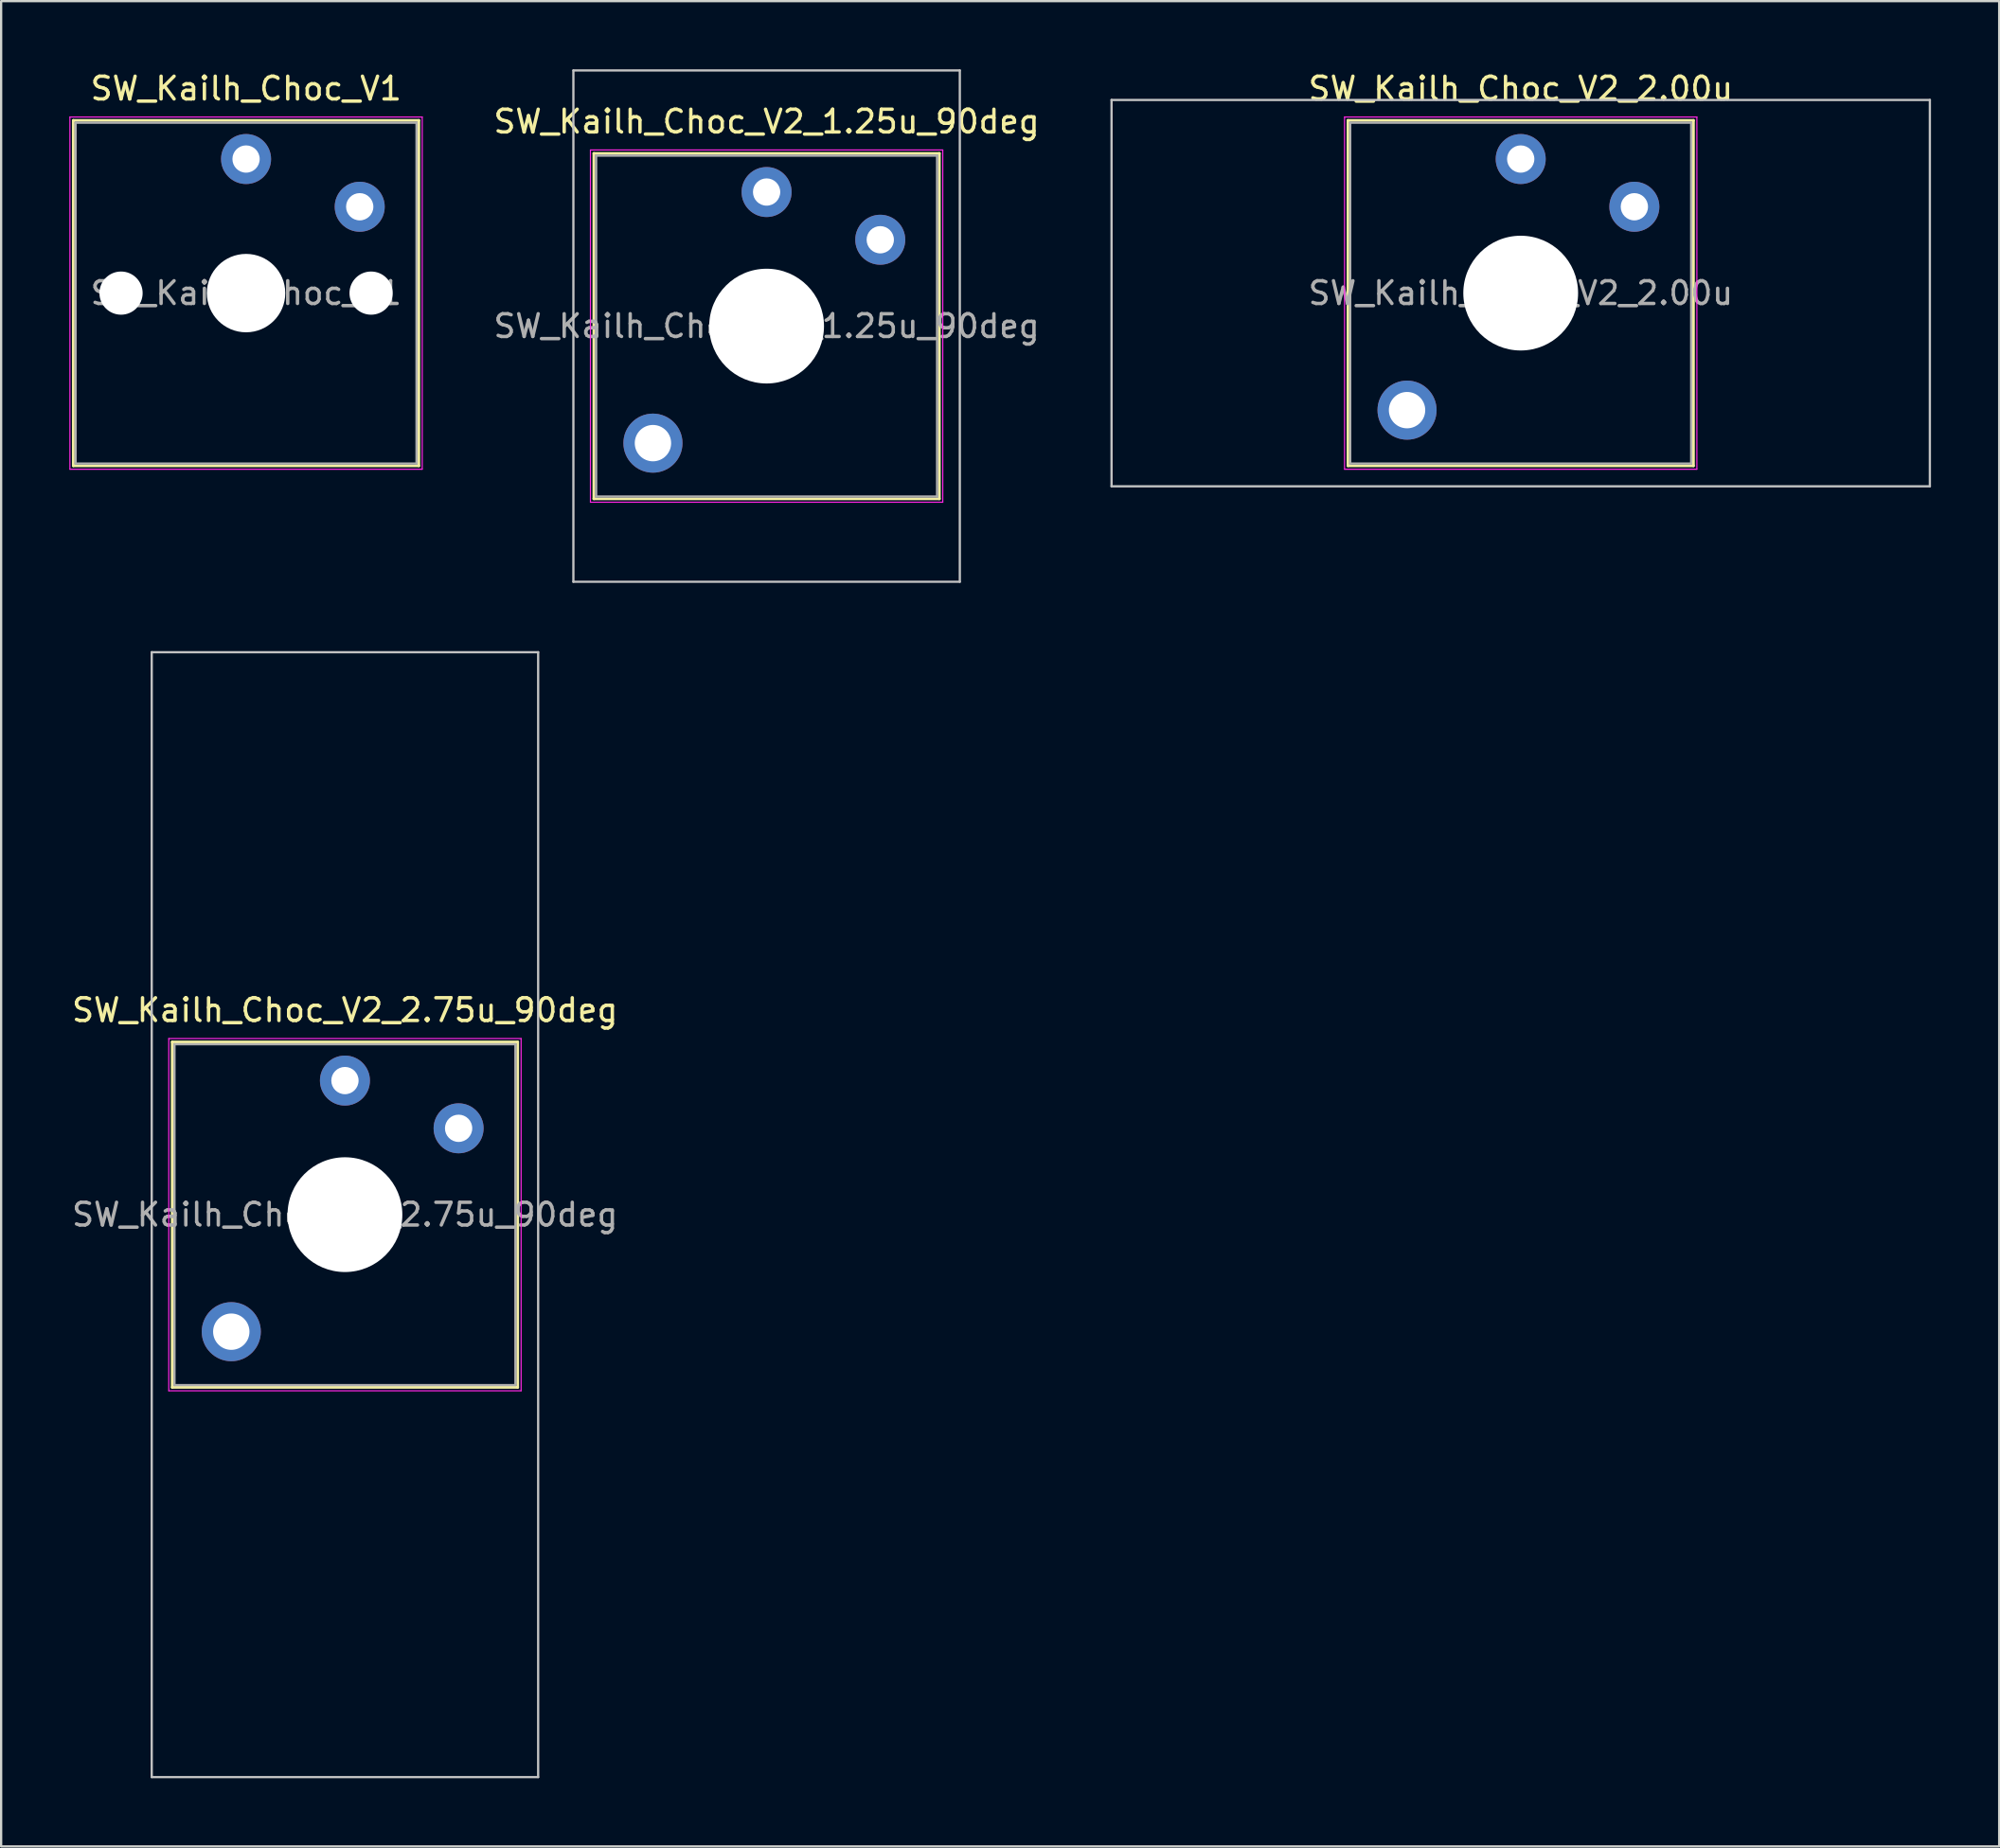
<source format=kicad_pcb>
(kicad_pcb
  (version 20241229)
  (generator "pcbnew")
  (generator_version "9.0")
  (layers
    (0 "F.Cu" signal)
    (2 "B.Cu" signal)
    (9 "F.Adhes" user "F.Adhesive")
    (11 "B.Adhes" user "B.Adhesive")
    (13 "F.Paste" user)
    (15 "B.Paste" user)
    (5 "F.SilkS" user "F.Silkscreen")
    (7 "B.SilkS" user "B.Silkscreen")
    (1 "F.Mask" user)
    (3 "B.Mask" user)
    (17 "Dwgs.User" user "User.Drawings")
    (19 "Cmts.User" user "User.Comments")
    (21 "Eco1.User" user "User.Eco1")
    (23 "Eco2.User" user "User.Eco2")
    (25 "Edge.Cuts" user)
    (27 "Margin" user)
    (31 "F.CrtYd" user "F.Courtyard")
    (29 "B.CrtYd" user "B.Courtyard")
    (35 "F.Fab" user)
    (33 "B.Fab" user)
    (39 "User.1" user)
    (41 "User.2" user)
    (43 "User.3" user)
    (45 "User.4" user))
  (footprint "SW_Kailh_Choc_V1"
    (layer "F.Cu")
    (at 7.775 9.848)
    (property "Reference" "SW_Kailh_Choc_V1" (at 0 -9 0) (layer "F.SilkS") (effects (font (size 1 1) (thickness 0.15))))
    (attr through_hole)
    (fp_line (start -7.6 -7.6) (end -7.6 7.6) (stroke (width 0.12) (type solid)) (layer "F.SilkS"))
    (fp_line (start -7.6 7.6) (end 7.6 7.6) (stroke (width 0.12) (type solid)) (layer "F.SilkS"))
    (fp_line (start 7.6 -7.6) (end -7.6 -7.6) (stroke (width 0.12) (type solid)) (layer "F.SilkS"))
    (fp_line (start 7.6 7.6) (end 7.6 -7.6) (stroke (width 0.12) (type solid)) (layer "F.SilkS"))
    (fp_line (start -7.25 -7.25) (end -7.25 7.25) (stroke (width 0.1) (type solid)) (layer "Eco1.User"))
    (fp_line (start -7.25 7.25) (end 7.25 7.25) (stroke (width 0.1) (type solid)) (layer "Eco1.User"))
    (fp_line (start 7.25 -7.25) (end -7.25 -7.25) (stroke (width 0.1) (type solid)) (layer "Eco1.User"))
    (fp_line (start 7.25 7.25) (end 7.25 -7.25) (stroke (width 0.1) (type solid)) (layer "Eco1.User"))
    (fp_line (start -7.75 -7.75) (end -7.75 7.75) (stroke (width 0.05) (type solid)) (layer "F.CrtYd"))
    (fp_line (start -7.75 7.75) (end 7.75 7.75) (stroke (width 0.05) (type solid)) (layer "F.CrtYd"))
    (fp_line (start 7.75 -7.75) (end -7.75 -7.75) (stroke (width 0.05) (type solid)) (layer "F.CrtYd"))
    (fp_line (start 7.75 7.75) (end 7.75 -7.75) (stroke (width 0.05) (type solid)) (layer "F.CrtYd"))
    (fp_line (start -7.5 -7.5) (end -7.5 7.5) (stroke (width 0.1) (type solid)) (layer "F.Fab"))
    (fp_line (start -7.5 7.5) (end 7.5 7.5) (stroke (width 0.1) (type solid)) (layer "F.Fab"))
    (fp_line (start 7.5 -7.5) (end -7.5 -7.5) (stroke (width 0.1) (type solid)) (layer "F.Fab"))
    (fp_line (start 7.5 7.5) (end 7.5 -7.5) (stroke (width 0.1) (type solid)) (layer "F.Fab"))
    (fp_text user "${REFERENCE}" (at 0 0 0) (layer "F.Fab") (effects (font (size 1 1) (thickness 0.15))))
    (pad "" np_thru_hole circle (at -5.5 0) (size 1.9 1.9) (drill 1.9) (layers "*.Cu" "*.Mask"))
    (pad "" np_thru_hole circle (at 0 0) (size 3.45 3.45) (drill 3.45) (layers "*.Cu" "*.Mask"))
    (pad "" np_thru_hole circle (at 5.5 0) (size 1.9 1.9) (drill 1.9) (layers "*.Cu" "*.Mask"))
    (pad "1" thru_hole circle (at 0 -5.9) (size 2.2 2.2) (drill 1.2) (layers "*.Cu" "*.Mask"))
    (pad "2" thru_hole circle (at 5 -3.8) (size 2.2 2.2) (drill 1.2) (layers "*.Cu" "*.Mask")))
  (footprint "SW_Kailh_Choc_V2_2.00u"
    (layer "F.Cu")
    (at 63.85 9.848)
    (property "Reference" "SW_Kailh_Choc_V2_2.00u" (at 0 -9 0) (layer "F.SilkS") (effects (font (size 1 1) (thickness 0.15))))
    (attr through_hole)
    (fp_line (start -7.6 -7.6) (end -7.6 7.6) (stroke (width 0.12) (type solid)) (layer "F.SilkS"))
    (fp_line (start -7.6 7.6) (end 7.6 7.6) (stroke (width 0.12) (type solid)) (layer "F.SilkS"))
    (fp_line (start 7.6 -7.6) (end -7.6 -7.6) (stroke (width 0.12) (type solid)) (layer "F.SilkS"))
    (fp_line (start 7.6 7.6) (end 7.6 -7.6) (stroke (width 0.12) (type solid)) (layer "F.SilkS"))
    (fp_line (start -18 -8.5) (end -18 8.5) (stroke (width 0.1) (type solid)) (layer "Dwgs.User"))
    (fp_line (start -18 8.5) (end 18 8.5) (stroke (width 0.1) (type solid)) (layer "Dwgs.User"))
    (fp_line (start 18 -8.5) (end -18 -8.5) (stroke (width 0.1) (type solid)) (layer "Dwgs.User"))
    (fp_line (start 18 8.5) (end 18 -8.5) (stroke (width 0.1) (type solid)) (layer "Dwgs.User"))
    (fp_line (start -7.25 -7.25) (end -7.25 7.25) (stroke (width 0.1) (type solid)) (layer "Eco1.User"))
    (fp_line (start -7.25 7.25) (end 7.25 7.25) (stroke (width 0.1) (type solid)) (layer "Eco1.User"))
    (fp_line (start 7.25 -7.25) (end -7.25 -7.25) (stroke (width 0.1) (type solid)) (layer "Eco1.User"))
    (fp_line (start 7.25 7.25) (end 7.25 -7.25) (stroke (width 0.1) (type solid)) (layer "Eco1.User"))
    (fp_line (start -7.75 -7.75) (end -7.75 7.75) (stroke (width 0.05) (type solid)) (layer "F.CrtYd"))
    (fp_line (start -7.75 7.75) (end 7.75 7.75) (stroke (width 0.05) (type solid)) (layer "F.CrtYd"))
    (fp_line (start 7.75 -7.75) (end -7.75 -7.75) (stroke (width 0.05) (type solid)) (layer "F.CrtYd"))
    (fp_line (start 7.75 7.75) (end 7.75 -7.75) (stroke (width 0.05) (type solid)) (layer "F.CrtYd"))
    (fp_line (start -7.5 -7.5) (end -7.5 7.5) (stroke (width 0.1) (type solid)) (layer "F.Fab"))
    (fp_line (start -7.5 7.5) (end 7.5 7.5) (stroke (width 0.1) (type solid)) (layer "F.Fab"))
    (fp_line (start 7.5 -7.5) (end -7.5 -7.5) (stroke (width 0.1) (type solid)) (layer "F.Fab"))
    (fp_line (start 7.5 7.5) (end 7.5 -7.5) (stroke (width 0.1) (type solid)) (layer "F.Fab"))
    (fp_text user "${REFERENCE}" (at 0 0 0) (layer "F.Fab") (effects (font (size 1 1) (thickness 0.15))))
    (pad "" thru_hole circle (at -5 5.15) (size 2.6 2.6) (drill 1.6) (layers "*.Cu" "*.Mask"))
    (pad "" np_thru_hole circle (at 0 0) (size 5.05 5.05) (drill 5.05) (layers "*.Cu" "*.Mask"))
    (pad "1" thru_hole circle (at 0 -5.9) (size 2.2 2.2) (drill 1.2) (layers "*.Cu" "*.Mask"))
    (pad "2" thru_hole circle (at 5 -3.8) (size 2.2 2.2) (drill 1.2) (layers "*.Cu" "*.Mask")))
  (footprint "SW_Kailh_Choc_V2_2.75u_90deg"
    (layer "F.Cu")
    (at 12.125 50.4)
    (property "Reference" "SW_Kailh_Choc_V2_2.75u_90deg" (at 0 -9 0) (layer "F.SilkS") (effects (font (size 1 1) (thickness 0.15))))
    (attr through_hole)
    (fp_line (start -7.6 -7.6) (end -7.6 7.6) (stroke (width 0.12) (type solid)) (layer "F.SilkS"))
    (fp_line (start -7.6 7.6) (end 7.6 7.6) (stroke (width 0.12) (type solid)) (layer "F.SilkS"))
    (fp_line (start 7.6 -7.6) (end -7.6 -7.6) (stroke (width 0.12) (type solid)) (layer "F.SilkS"))
    (fp_line (start 7.6 7.6) (end 7.6 -7.6) (stroke (width 0.12) (type solid)) (layer "F.SilkS"))
    (fp_line (start -8.5 -24.75) (end 8.5 -24.75) (stroke (width 0.1) (type solid)) (layer "Dwgs.User"))
    (fp_line (start -8.5 24.75) (end -8.5 -24.75) (stroke (width 0.1) (type solid)) (layer "Dwgs.User"))
    (fp_line (start 8.5 -24.75) (end 8.5 24.75) (stroke (width 0.1) (type solid)) (layer "Dwgs.User"))
    (fp_line (start 8.5 24.75) (end -8.5 24.75) (stroke (width 0.1) (type solid)) (layer "Dwgs.User"))
    (fp_line (start -7.25 -7.25) (end -7.25 7.25) (stroke (width 0.1) (type solid)) (layer "Eco1.User"))
    (fp_line (start -7.25 7.25) (end 7.25 7.25) (stroke (width 0.1) (type solid)) (layer "Eco1.User"))
    (fp_line (start 7.25 -7.25) (end -7.25 -7.25) (stroke (width 0.1) (type solid)) (layer "Eco1.User"))
    (fp_line (start 7.25 7.25) (end 7.25 -7.25) (stroke (width 0.1) (type solid)) (layer "Eco1.User"))
    (fp_line (start -7.75 -7.75) (end -7.75 7.75) (stroke (width 0.05) (type solid)) (layer "F.CrtYd"))
    (fp_line (start -7.75 7.75) (end 7.75 7.75) (stroke (width 0.05) (type solid)) (layer "F.CrtYd"))
    (fp_line (start 7.75 -7.75) (end -7.75 -7.75) (stroke (width 0.05) (type solid)) (layer "F.CrtYd"))
    (fp_line (start 7.75 7.75) (end 7.75 -7.75) (stroke (width 0.05) (type solid)) (layer "F.CrtYd"))
    (fp_line (start -7.5 -7.5) (end -7.5 7.5) (stroke (width 0.1) (type solid)) (layer "F.Fab"))
    (fp_line (start -7.5 7.5) (end 7.5 7.5) (stroke (width 0.1) (type solid)) (layer "F.Fab"))
    (fp_line (start 7.5 -7.5) (end -7.5 -7.5) (stroke (width 0.1) (type solid)) (layer "F.Fab"))
    (fp_line (start 7.5 7.5) (end 7.5 -7.5) (stroke (width 0.1) (type solid)) (layer "F.Fab"))
    (fp_text user "${REFERENCE}" (at 0 0 0) (layer "F.Fab") (effects (font (size 1 1) (thickness 0.15))))
    (pad "" thru_hole circle (at -5 5.15) (size 2.6 2.6) (drill 1.6) (layers "*.Cu" "*.Mask"))
    (pad "" np_thru_hole circle (at 0 0) (size 5.05 5.05) (drill 5.05) (layers "*.Cu" "*.Mask"))
    (pad "1" thru_hole circle (at 0 -5.9) (size 2.2 2.2) (drill 1.2) (layers "*.Cu" "*.Mask"))
    (pad "2" thru_hole circle (at 5 -3.8) (size 2.2 2.2) (drill 1.2) (layers "*.Cu" "*.Mask")))
  (footprint "SW_Kailh_Choc_V2_1.25u_90deg"
    (layer "F.Cu")
    (at 30.675 11.3)
    (property "Reference" "SW_Kailh_Choc_V2_1.25u_90deg" (at 0 -9 0) (layer "F.SilkS") (effects (font (size 1 1) (thickness 0.15))))
    (attr through_hole)
    (fp_line (start -7.6 -7.6) (end -7.6 7.6) (stroke (width 0.12) (type solid)) (layer "F.SilkS"))
    (fp_line (start -7.6 7.6) (end 7.6 7.6) (stroke (width 0.12) (type solid)) (layer "F.SilkS"))
    (fp_line (start 7.6 -7.6) (end -7.6 -7.6) (stroke (width 0.12) (type solid)) (layer "F.SilkS"))
    (fp_line (start 7.6 7.6) (end 7.6 -7.6) (stroke (width 0.12) (type solid)) (layer "F.SilkS"))
    (fp_line (start -8.5 -11.25) (end 8.5 -11.25) (stroke (width 0.1) (type solid)) (layer "Dwgs.User"))
    (fp_line (start -8.5 11.25) (end -8.5 -11.25) (stroke (width 0.1) (type solid)) (layer "Dwgs.User"))
    (fp_line (start 8.5 -11.25) (end 8.5 11.25) (stroke (width 0.1) (type solid)) (layer "Dwgs.User"))
    (fp_line (start 8.5 11.25) (end -8.5 11.25) (stroke (width 0.1) (type solid)) (layer "Dwgs.User"))
    (fp_line (start -7.25 -7.25) (end -7.25 7.25) (stroke (width 0.1) (type solid)) (layer "Eco1.User"))
    (fp_line (start -7.25 7.25) (end 7.25 7.25) (stroke (width 0.1) (type solid)) (layer "Eco1.User"))
    (fp_line (start 7.25 -7.25) (end -7.25 -7.25) (stroke (width 0.1) (type solid)) (layer "Eco1.User"))
    (fp_line (start 7.25 7.25) (end 7.25 -7.25) (stroke (width 0.1) (type solid)) (layer "Eco1.User"))
    (fp_line (start -7.75 -7.75) (end -7.75 7.75) (stroke (width 0.05) (type solid)) (layer "F.CrtYd"))
    (fp_line (start -7.75 7.75) (end 7.75 7.75) (stroke (width 0.05) (type solid)) (layer "F.CrtYd"))
    (fp_line (start 7.75 -7.75) (end -7.75 -7.75) (stroke (width 0.05) (type solid)) (layer "F.CrtYd"))
    (fp_line (start 7.75 7.75) (end 7.75 -7.75) (stroke (width 0.05) (type solid)) (layer "F.CrtYd"))
    (fp_line (start -7.5 -7.5) (end -7.5 7.5) (stroke (width 0.1) (type solid)) (layer "F.Fab"))
    (fp_line (start -7.5 7.5) (end 7.5 7.5) (stroke (width 0.1) (type solid)) (layer "F.Fab"))
    (fp_line (start 7.5 -7.5) (end -7.5 -7.5) (stroke (width 0.1) (type solid)) (layer "F.Fab"))
    (fp_line (start 7.5 7.5) (end 7.5 -7.5) (stroke (width 0.1) (type solid)) (layer "F.Fab"))
    (fp_text user "${REFERENCE}" (at 0 0 0) (layer "F.Fab") (effects (font (size 1 1) (thickness 0.15))))
    (pad "" thru_hole circle (at -5 5.15) (size 2.6 2.6) (drill 1.6) (layers "*.Cu" "*.Mask"))
    (pad "" np_thru_hole circle (at 0 0) (size 5.05 5.05) (drill 5.05) (layers "*.Cu" "*.Mask"))
    (pad "1" thru_hole circle (at 0 -5.9) (size 2.2 2.2) (drill 1.2) (layers "*.Cu" "*.Mask"))
    (pad "2" thru_hole circle (at 5 -3.8) (size 2.2 2.2) (drill 1.2) (layers "*.Cu" "*.Mask")))
  (gr_rect
    (start -3 -3)
    (end 84.9 78.2)
    (stroke (width 0.1) (type default))
    (fill no)
    (layer "Edge.Cuts")))
</source>
